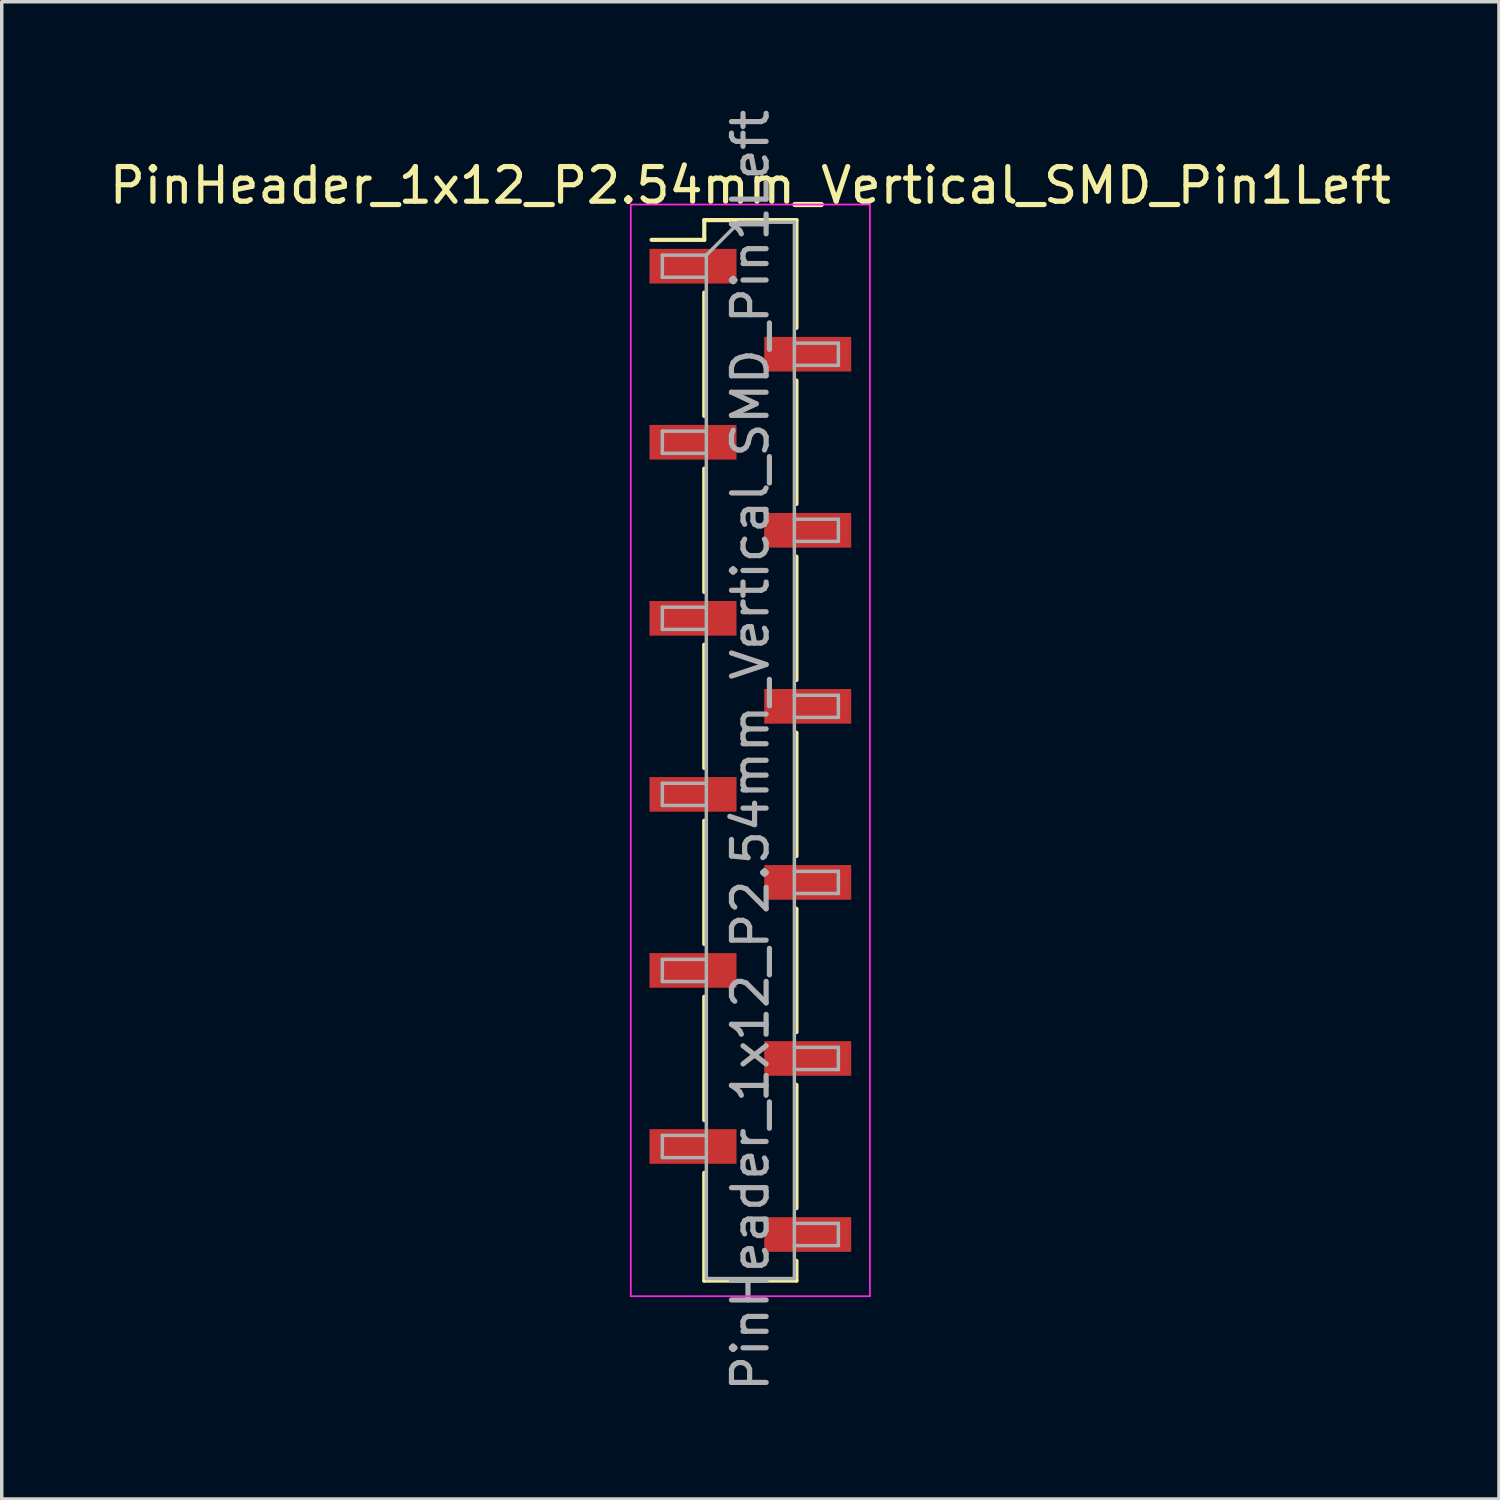
<source format=kicad_pcb>
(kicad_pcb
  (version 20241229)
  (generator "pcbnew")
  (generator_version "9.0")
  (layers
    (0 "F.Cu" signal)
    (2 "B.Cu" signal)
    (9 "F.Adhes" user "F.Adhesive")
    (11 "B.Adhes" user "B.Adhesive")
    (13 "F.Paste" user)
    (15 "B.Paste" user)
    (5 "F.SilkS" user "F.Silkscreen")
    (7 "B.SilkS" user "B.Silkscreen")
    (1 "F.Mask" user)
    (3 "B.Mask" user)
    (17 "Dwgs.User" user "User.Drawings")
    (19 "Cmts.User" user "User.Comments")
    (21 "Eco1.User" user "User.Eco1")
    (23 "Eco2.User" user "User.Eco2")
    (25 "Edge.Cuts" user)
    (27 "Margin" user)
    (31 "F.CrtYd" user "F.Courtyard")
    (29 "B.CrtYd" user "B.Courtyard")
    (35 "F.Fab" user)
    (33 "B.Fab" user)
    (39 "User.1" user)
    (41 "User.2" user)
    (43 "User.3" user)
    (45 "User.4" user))
  (footprint "PinHeader_1x12_P2.54mm_Vertical_SMD_Pin1Left"
    (layer "F.Cu")
    (at 18.601 18.601)
    (property "Reference" "PinHeader_1x12_P2.54mm_Vertical_SMD_Pin1Left" (at 0 -16.3 0) (layer "F.SilkS") (effects (font (size 1 1) (thickness 0.15))))
    (attr smd)
    (fp_line (start -1.33 -15.3) (end -1.33 -14.73) (stroke (width 0.12) (type solid)) (layer "F.SilkS"))
    (fp_line (start -1.33 -15.3) (end 1.33 -15.3) (stroke (width 0.12) (type solid)) (layer "F.SilkS"))
    (fp_line (start -1.33 -14.73) (end -2.85 -14.73) (stroke (width 0.12) (type solid)) (layer "F.SilkS"))
    (fp_line (start -1.33 -13.21) (end -1.33 -9.65) (stroke (width 0.12) (type solid)) (layer "F.SilkS"))
    (fp_line (start -1.33 -8.13) (end -1.33 -4.57) (stroke (width 0.12) (type solid)) (layer "F.SilkS"))
    (fp_line (start -1.33 -3.05) (end -1.33 0.51) (stroke (width 0.12) (type solid)) (layer "F.SilkS"))
    (fp_line (start -1.33 2.03) (end -1.33 5.59) (stroke (width 0.12) (type solid)) (layer "F.SilkS"))
    (fp_line (start -1.33 7.11) (end -1.33 10.67) (stroke (width 0.12) (type solid)) (layer "F.SilkS"))
    (fp_line (start -1.33 12.19) (end -1.33 15.3) (stroke (width 0.12) (type solid)) (layer "F.SilkS"))
    (fp_line (start -1.33 15.3) (end 1.33 15.3) (stroke (width 0.12) (type solid)) (layer "F.SilkS"))
    (fp_line (start 1.33 -15.3) (end 1.33 -12.19) (stroke (width 0.12) (type solid)) (layer "F.SilkS"))
    (fp_line (start 1.33 -10.67) (end 1.33 -7.11) (stroke (width 0.12) (type solid)) (layer "F.SilkS"))
    (fp_line (start 1.33 -5.59) (end 1.33 -2.03) (stroke (width 0.12) (type solid)) (layer "F.SilkS"))
    (fp_line (start 1.33 -0.51) (end 1.33 3.05) (stroke (width 0.12) (type solid)) (layer "F.SilkS"))
    (fp_line (start 1.33 4.57) (end 1.33 8.13) (stroke (width 0.12) (type solid)) (layer "F.SilkS"))
    (fp_line (start 1.33 9.65) (end 1.33 13.21) (stroke (width 0.12) (type solid)) (layer "F.SilkS"))
    (fp_line (start 1.33 14.73) (end 1.33 15.3) (stroke (width 0.12) (type solid)) (layer "F.SilkS"))
    (fp_line (start -3.45 -15.75) (end -3.45 15.75) (stroke (width 0.05) (type solid)) (layer "F.CrtYd"))
    (fp_line (start -3.45 15.75) (end 3.45 15.75) (stroke (width 0.05) (type solid)) (layer "F.CrtYd"))
    (fp_line (start 3.45 -15.75) (end -3.45 -15.75) (stroke (width 0.05) (type solid)) (layer "F.CrtYd"))
    (fp_line (start 3.45 15.75) (end 3.45 -15.75) (stroke (width 0.05) (type solid)) (layer "F.CrtYd"))
    (fp_line (start -2.54 -14.29) (end -2.54 -13.65) (stroke (width 0.1) (type solid)) (layer "F.Fab"))
    (fp_line (start -2.54 -13.65) (end -1.27 -13.65) (stroke (width 0.1) (type solid)) (layer "F.Fab"))
    (fp_line (start -2.54 -9.21) (end -2.54 -8.57) (stroke (width 0.1) (type solid)) (layer "F.Fab"))
    (fp_line (start -2.54 -8.57) (end -1.27 -8.57) (stroke (width 0.1) (type solid)) (layer "F.Fab"))
    (fp_line (start -2.54 -4.13) (end -2.54 -3.49) (stroke (width 0.1) (type solid)) (layer "F.Fab"))
    (fp_line (start -2.54 -3.49) (end -1.27 -3.49) (stroke (width 0.1) (type solid)) (layer "F.Fab"))
    (fp_line (start -2.54 0.95) (end -2.54 1.59) (stroke (width 0.1) (type solid)) (layer "F.Fab"))
    (fp_line (start -2.54 1.59) (end -1.27 1.59) (stroke (width 0.1) (type solid)) (layer "F.Fab"))
    (fp_line (start -2.54 6.03) (end -2.54 6.67) (stroke (width 0.1) (type solid)) (layer "F.Fab"))
    (fp_line (start -2.54 6.67) (end -1.27 6.67) (stroke (width 0.1) (type solid)) (layer "F.Fab"))
    (fp_line (start -2.54 11.11) (end -2.54 11.75) (stroke (width 0.1) (type solid)) (layer "F.Fab"))
    (fp_line (start -2.54 11.75) (end -1.27 11.75) (stroke (width 0.1) (type solid)) (layer "F.Fab"))
    (fp_line (start -1.27 -14.29) (end -2.54 -14.29) (stroke (width 0.1) (type solid)) (layer "F.Fab"))
    (fp_line (start -1.27 -14.29) (end -0.32 -15.24) (stroke (width 0.1) (type solid)) (layer "F.Fab"))
    (fp_line (start -1.27 -9.21) (end -2.54 -9.21) (stroke (width 0.1) (type solid)) (layer "F.Fab"))
    (fp_line (start -1.27 -4.13) (end -2.54 -4.13) (stroke (width 0.1) (type solid)) (layer "F.Fab"))
    (fp_line (start -1.27 0.95) (end -2.54 0.95) (stroke (width 0.1) (type solid)) (layer "F.Fab"))
    (fp_line (start -1.27 6.03) (end -2.54 6.03) (stroke (width 0.1) (type solid)) (layer "F.Fab"))
    (fp_line (start -1.27 11.11) (end -2.54 11.11) (stroke (width 0.1) (type solid)) (layer "F.Fab"))
    (fp_line (start -1.27 15.24) (end -1.27 -14.29) (stroke (width 0.1) (type solid)) (layer "F.Fab"))
    (fp_line (start -0.32 -15.24) (end 1.27 -15.24) (stroke (width 0.1) (type solid)) (layer "F.Fab"))
    (fp_line (start 1.27 -15.24) (end 1.27 15.24) (stroke (width 0.1) (type solid)) (layer "F.Fab"))
    (fp_line (start 1.27 -11.75) (end 2.54 -11.75) (stroke (width 0.1) (type solid)) (layer "F.Fab"))
    (fp_line (start 1.27 -6.67) (end 2.54 -6.67) (stroke (width 0.1) (type solid)) (layer "F.Fab"))
    (fp_line (start 1.27 -1.59) (end 2.54 -1.59) (stroke (width 0.1) (type solid)) (layer "F.Fab"))
    (fp_line (start 1.27 3.49) (end 2.54 3.49) (stroke (width 0.1) (type solid)) (layer "F.Fab"))
    (fp_line (start 1.27 8.57) (end 2.54 8.57) (stroke (width 0.1) (type solid)) (layer "F.Fab"))
    (fp_line (start 1.27 13.65) (end 2.54 13.65) (stroke (width 0.1) (type solid)) (layer "F.Fab"))
    (fp_line (start 1.27 15.24) (end -1.27 15.24) (stroke (width 0.1) (type solid)) (layer "F.Fab"))
    (fp_line (start 2.54 -11.75) (end 2.54 -11.11) (stroke (width 0.1) (type solid)) (layer "F.Fab"))
    (fp_line (start 2.54 -11.11) (end 1.27 -11.11) (stroke (width 0.1) (type solid)) (layer "F.Fab"))
    (fp_line (start 2.54 -6.67) (end 2.54 -6.03) (stroke (width 0.1) (type solid)) (layer "F.Fab"))
    (fp_line (start 2.54 -6.03) (end 1.27 -6.03) (stroke (width 0.1) (type solid)) (layer "F.Fab"))
    (fp_line (start 2.54 -1.59) (end 2.54 -0.95) (stroke (width 0.1) (type solid)) (layer "F.Fab"))
    (fp_line (start 2.54 -0.95) (end 1.27 -0.95) (stroke (width 0.1) (type solid)) (layer "F.Fab"))
    (fp_line (start 2.54 3.49) (end 2.54 4.13) (stroke (width 0.1) (type solid)) (layer "F.Fab"))
    (fp_line (start 2.54 4.13) (end 1.27 4.13) (stroke (width 0.1) (type solid)) (layer "F.Fab"))
    (fp_line (start 2.54 8.57) (end 2.54 9.21) (stroke (width 0.1) (type solid)) (layer "F.Fab"))
    (fp_line (start 2.54 9.21) (end 1.27 9.21) (stroke (width 0.1) (type solid)) (layer "F.Fab"))
    (fp_line (start 2.54 13.65) (end 2.54 14.29) (stroke (width 0.1) (type solid)) (layer "F.Fab"))
    (fp_line (start 2.54 14.29) (end 1.27 14.29) (stroke (width 0.1) (type solid)) (layer "F.Fab"))
    (fp_text user "${REFERENCE}" (at 0 0 90) (layer "F.Fab") (effects (font (size 1 1) (thickness 0.15))))
    (pad "1" smd rect (at -1.655 -13.97) (size 2.51 1) (layers "F.Cu" "F.Mask" "F.Paste"))
    (pad "2" smd rect (at 1.655 -11.43) (size 2.51 1) (layers "F.Cu" "F.Mask" "F.Paste"))
    (pad "3" smd rect (at -1.655 -8.89) (size 2.51 1) (layers "F.Cu" "F.Mask" "F.Paste"))
    (pad "4" smd rect (at 1.655 -6.35) (size 2.51 1) (layers "F.Cu" "F.Mask" "F.Paste"))
    (pad "5" smd rect (at -1.655 -3.81) (size 2.51 1) (layers "F.Cu" "F.Mask" "F.Paste"))
    (pad "6" smd rect (at 1.655 -1.27) (size 2.51 1) (layers "F.Cu" "F.Mask" "F.Paste"))
    (pad "7" smd rect (at -1.655 1.27) (size 2.51 1) (layers "F.Cu" "F.Mask" "F.Paste"))
    (pad "8" smd rect (at 1.655 3.81) (size 2.51 1) (layers "F.Cu" "F.Mask" "F.Paste"))
    (pad "9" smd rect (at -1.655 6.35) (size 2.51 1) (layers "F.Cu" "F.Mask" "F.Paste"))
    (pad "10" smd rect (at 1.655 8.89) (size 2.51 1) (layers "F.Cu" "F.Mask" "F.Paste"))
    (pad "11" smd rect (at -1.655 11.43) (size 2.51 1) (layers "F.Cu" "F.Mask" "F.Paste"))
    (pad "12" smd rect (at 1.655 13.97) (size 2.51 1) (layers "F.Cu" "F.Mask" "F.Paste")))
  (gr_rect
    (start -3 -3)
    (end 40.202 40.202)
    (stroke (width 0.1) (type default))
    (fill no)
    (layer "Edge.Cuts")))
</source>
